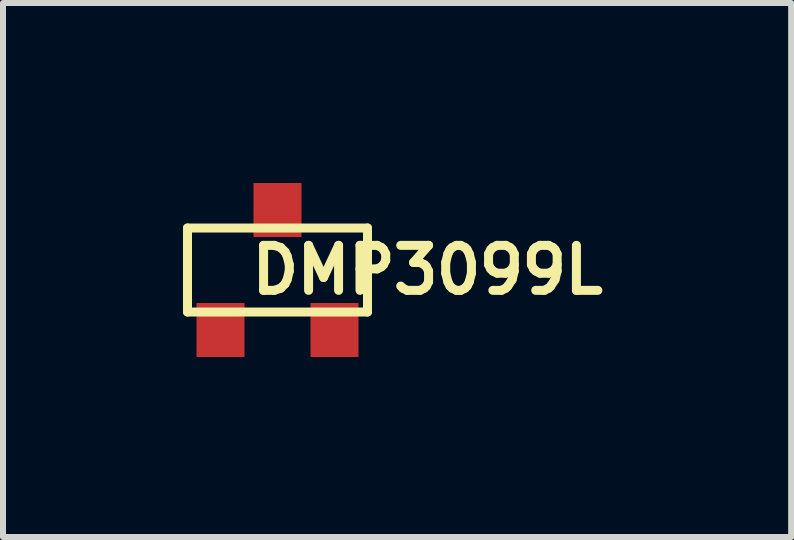
<source format=kicad_pcb>
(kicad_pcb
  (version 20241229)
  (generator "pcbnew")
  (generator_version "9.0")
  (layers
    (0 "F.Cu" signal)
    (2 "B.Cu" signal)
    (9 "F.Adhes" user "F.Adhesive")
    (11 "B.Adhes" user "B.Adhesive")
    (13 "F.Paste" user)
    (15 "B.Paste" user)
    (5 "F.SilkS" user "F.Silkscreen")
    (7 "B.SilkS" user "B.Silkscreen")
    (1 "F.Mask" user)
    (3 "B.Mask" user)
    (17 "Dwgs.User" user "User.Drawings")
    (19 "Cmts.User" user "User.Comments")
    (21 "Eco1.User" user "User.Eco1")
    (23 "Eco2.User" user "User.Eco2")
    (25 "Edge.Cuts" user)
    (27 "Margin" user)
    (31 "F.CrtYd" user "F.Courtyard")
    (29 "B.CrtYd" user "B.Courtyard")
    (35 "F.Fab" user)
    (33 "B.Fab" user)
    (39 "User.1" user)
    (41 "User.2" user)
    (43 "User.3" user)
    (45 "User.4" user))
  (footprint "DMP3099L"
    (layer "F.Cu")
    (at 1.575 1.45)
    (property "Reference" "DMP3099L" (at 2.5 0 0) (layer "F.SilkS") (effects (font (size 0.75 0.75) (thickness 0.15))))
    (attr through_hole)
    (fp_line (start -1.5 0.7) (end -1.5 -0.7) (stroke (width 0.15) (type solid)) (layer "F.SilkS"))
    (fp_line (start 1.5 -0.7) (end -1.5 -0.7) (stroke (width 0.15) (type solid)) (layer "F.SilkS"))
    (fp_line (start 1.5 -0.7) (end 1.5 0.7) (stroke (width 0.15) (type solid)) (layer "F.SilkS"))
    (fp_line (start 1.5 0.7) (end -1.5 0.7) (stroke (width 0.15) (type solid)) (layer "F.SilkS"))
    (pad "D" smd rect (at 0 -1) (size 0.8 0.9) (layers "F.Cu" "F.Mask" "F.Paste"))
    (pad "G" smd rect (at -0.95 1) (size 0.8 0.9) (layers "F.Cu" "F.Mask" "F.Paste"))
    (pad "S" smd rect (at 0.95 1) (size 0.8 0.9) (layers "F.Cu" "F.Mask" "F.Paste")))
  (gr_rect
    (start -3 -3)
    (end 10.136 5.9)
    (stroke (width 0.1) (type default))
    (fill no)
    (layer "Edge.Cuts")))
</source>
